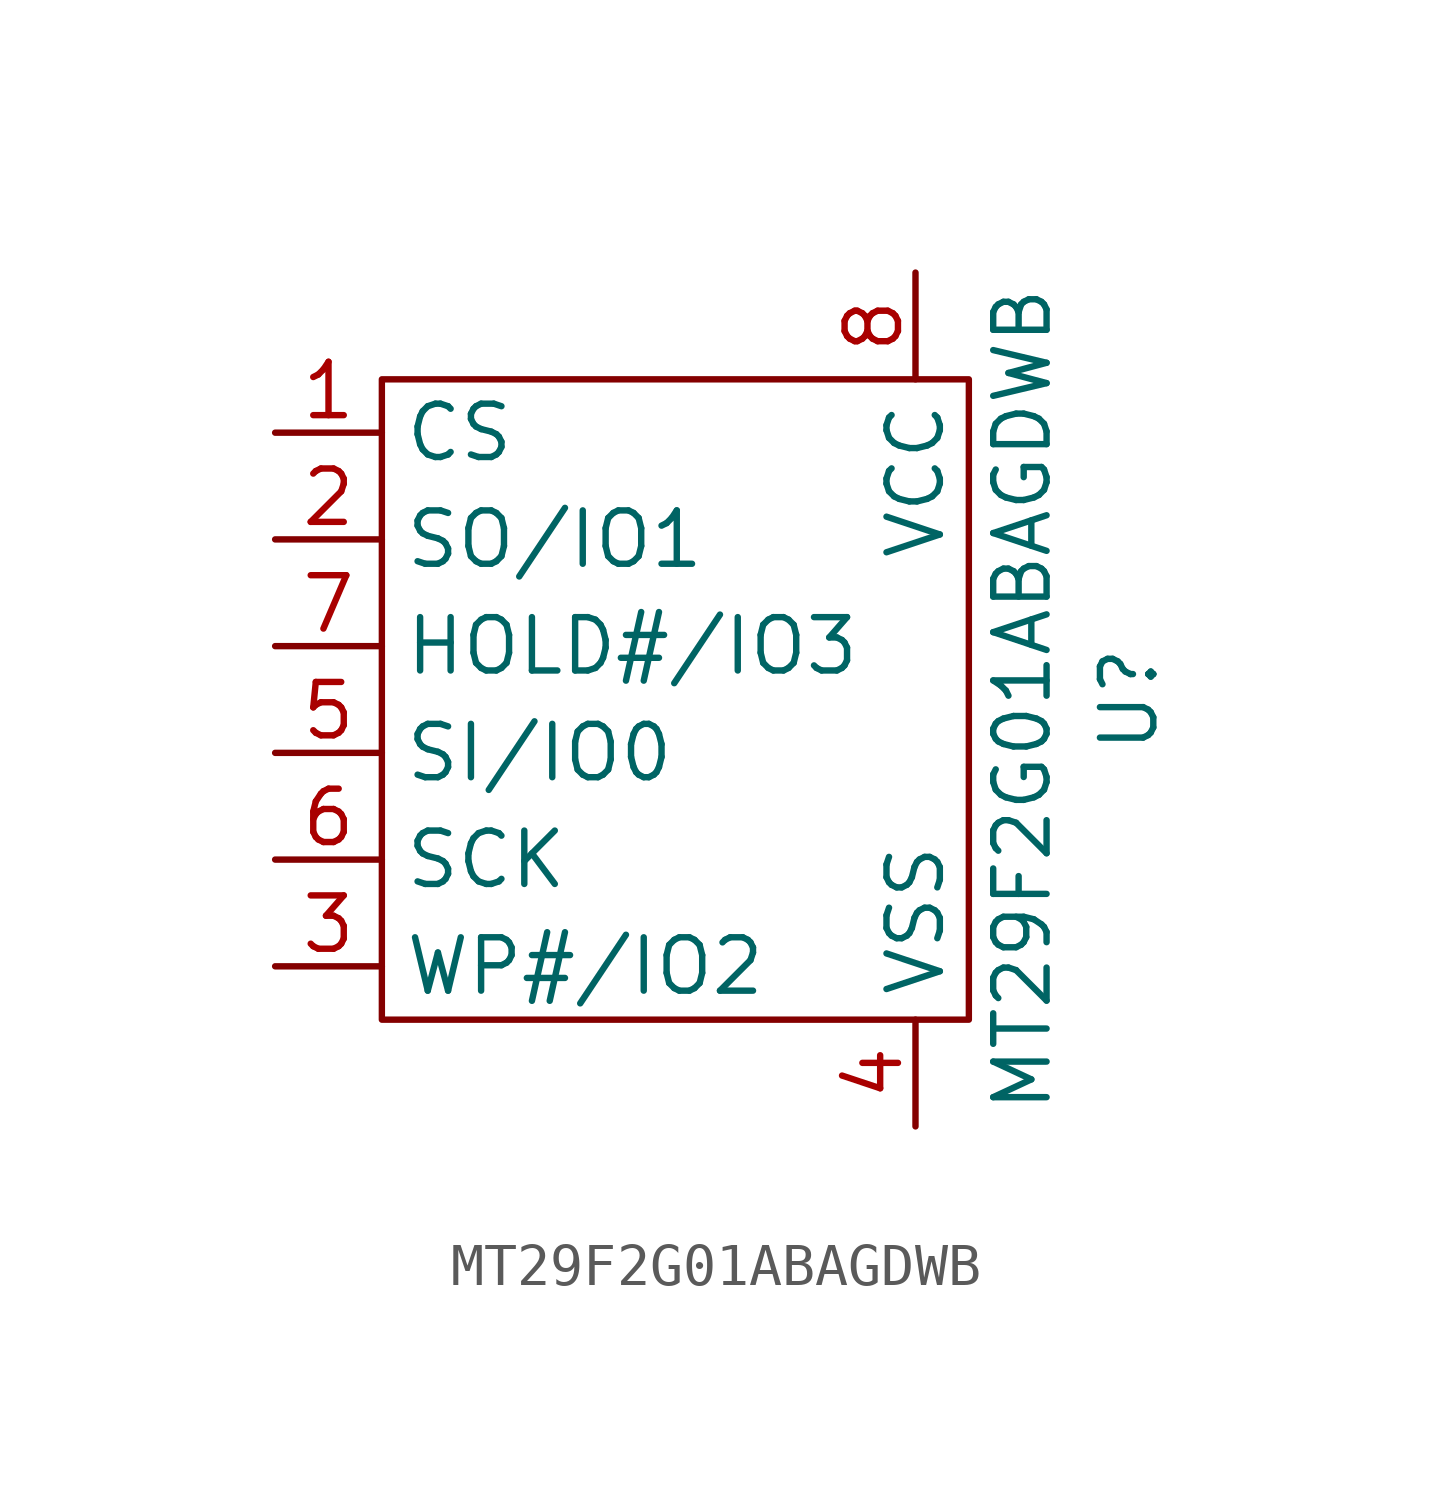
<source format=kicad_sym>
(kicad_symbol_lib
  (version 20211014)
  (generator kicad_symbol_editor)
  (symbol "MT29F2G01ABAGDWB"
    (property "Reference" "U"
      (at 10.16 0 90)
      (effects (font (size 1.27 1.27))))
    (property "Value" "MT29F2G01ABAGDWB"
      (at 7.62 0 90)
      (effects (font (size 1.27 1.27))))
    (symbol "MT29F2G01ABAGDWB_0_1"
      (rectangle (start -7.62 7.62) (end 6.35 -7.62) (stroke (width 0.152) (type default) (color 0 0 0 0)) (fill (type none))))
    (symbol "MT29F2G01ABAGDWB_1_1"
      (pin input line (at -10.16 6.35 0) (length 2.54) (name "CS" (effects (font (size 1.27 1.27)))) (number "1" (effects (font (size 1.27 1.27)))))
      (pin output line (at -10.16 3.81 0) (length 2.54) (name "SO/IO1" (effects (font (size 1.27 1.27)))) (number "2" (effects (font (size 1.27 1.27)))))
      (pin input line (at -10.16 -6.35 0) (length 2.54) (name "WP#/IO2" (effects (font (size 1.27 1.27)))) (number "3" (effects (font (size 1.27 1.27)))))
      (pin output line (at 5.08 -10.16 90) (length 2.54) (name "VSS" (effects (font (size 1.27 1.27)))) (number "4" (effects (font (size 1.27 1.27)))))
      (pin input line (at -10.16 -1.27 0) (length 2.54) (name "SI/IO0" (effects (font (size 1.27 1.27)))) (number "5" (effects (font (size 1.27 1.27)))))
      (pin input line (at -10.16 -3.81 0) (length 2.54) (name "SCK" (effects (font (size 1.27 1.27)))) (number "6" (effects (font (size 1.27 1.27)))))
      (pin input line (at -10.16 1.27 0) (length 2.54) (name "HOLD#/IO3" (effects (font (size 1.27 1.27)))) (number "7" (effects (font (size 1.27 1.27)))))
      (pin input line (at 5.08 10.16 270) (length 2.54) (name "VCC" (effects (font (size 1.27 1.27)))) (number "8" (effects (font (size 1.27 1.27))))))))
</source>
